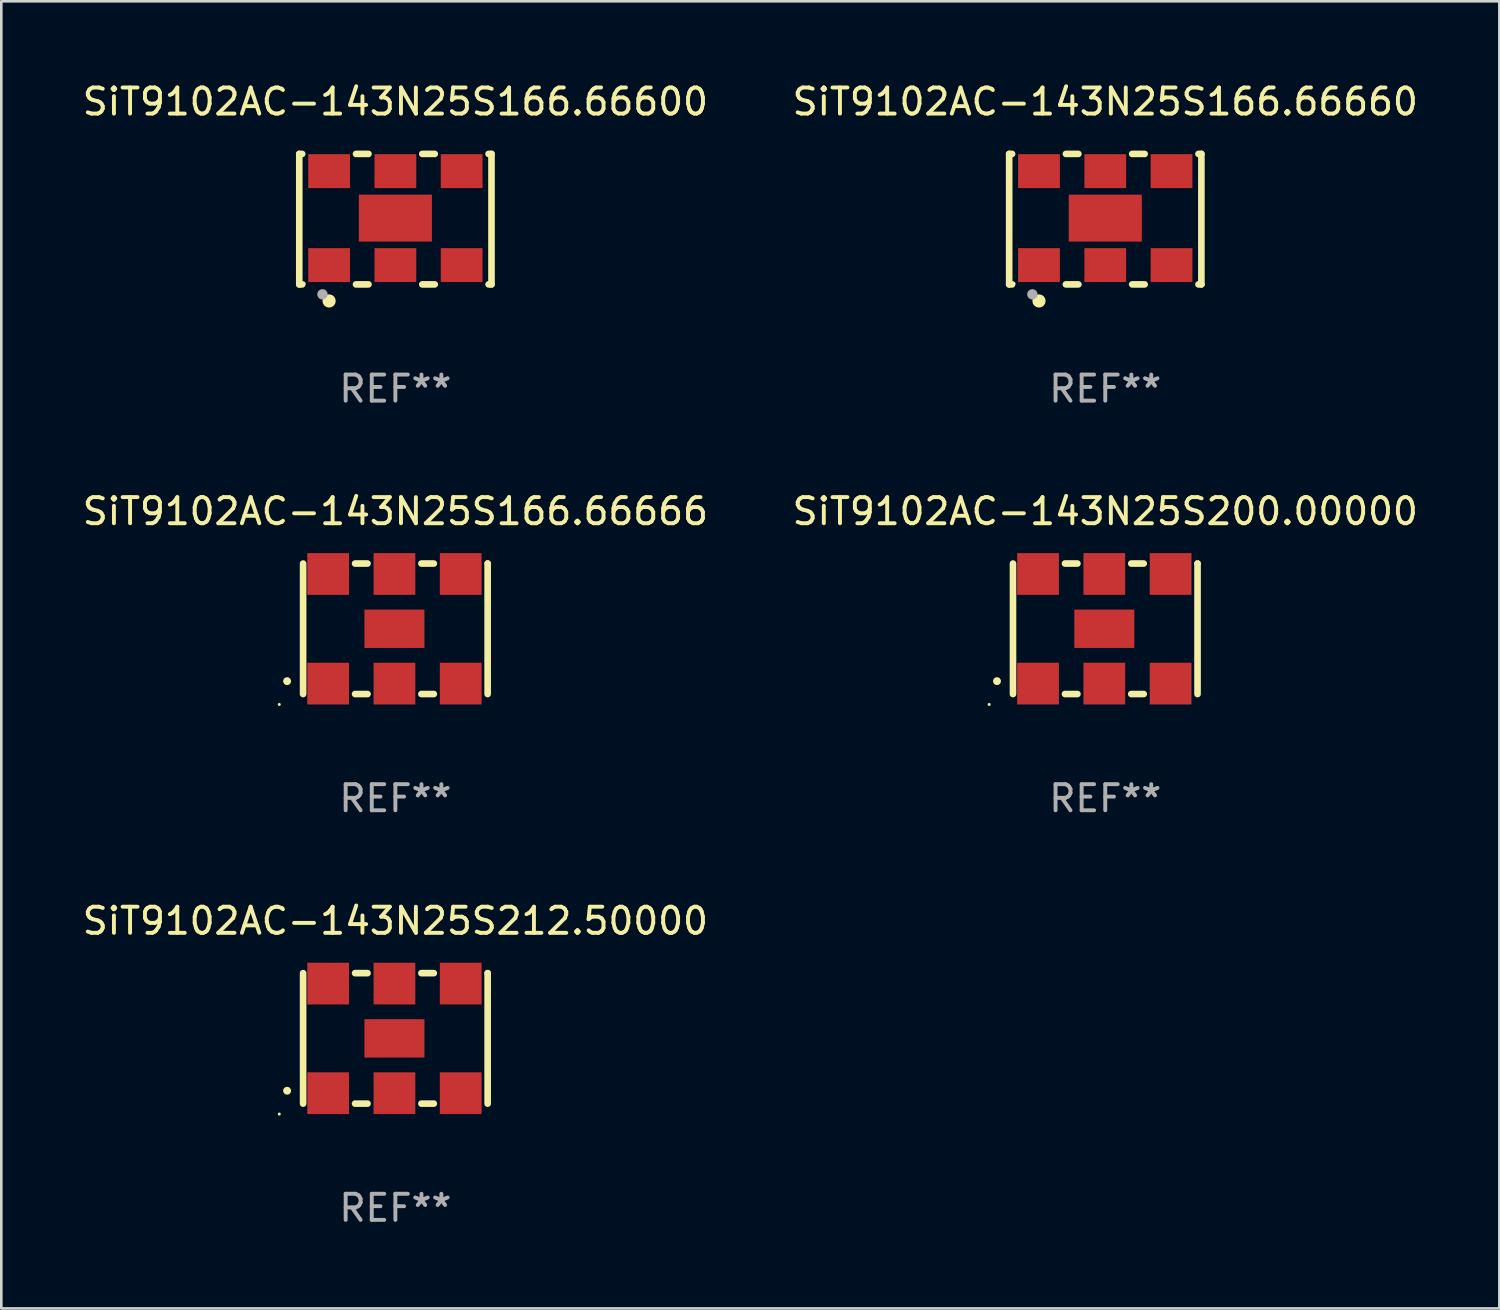
<source format=kicad_pcb>
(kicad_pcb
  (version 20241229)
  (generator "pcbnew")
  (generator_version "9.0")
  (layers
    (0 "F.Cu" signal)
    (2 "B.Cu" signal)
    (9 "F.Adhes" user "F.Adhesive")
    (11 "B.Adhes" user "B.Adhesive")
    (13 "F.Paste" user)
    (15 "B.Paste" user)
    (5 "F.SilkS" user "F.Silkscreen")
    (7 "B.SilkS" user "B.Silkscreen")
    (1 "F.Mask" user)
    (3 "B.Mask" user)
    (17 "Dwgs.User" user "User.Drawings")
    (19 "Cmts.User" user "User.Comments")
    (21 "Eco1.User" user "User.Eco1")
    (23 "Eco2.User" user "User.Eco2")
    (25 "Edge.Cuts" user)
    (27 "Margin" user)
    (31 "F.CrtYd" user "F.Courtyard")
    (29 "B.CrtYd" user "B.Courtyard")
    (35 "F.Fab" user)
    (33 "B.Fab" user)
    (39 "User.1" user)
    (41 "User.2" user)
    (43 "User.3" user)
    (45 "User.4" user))
  (footprint "SiT9102AC-143N25S166.66600"
    (layer "F.Cu")
    (at 12.101 5.348)
    (property "Reference" "SiT9102AC-143N25S166.66600" (at 0 -4.5 0) (layer "F.SilkS") (effects (font (size 1 1) (thickness 0.15))))
    (attr through_hole)
    (fp_line (start -3.683 -2.5) (end -3.571 -2.5) (stroke (width 0.254) (type solid)) (layer "F.SilkS"))
    (fp_line (start -3.683 2.5) (end -3.683 -2.5) (stroke (width 0.254) (type solid)) (layer "F.SilkS"))
    (fp_line (start -3.683 2.5) (end -3.571 2.5) (stroke (width 0.254) (type solid)) (layer "F.SilkS"))
    (fp_line (start -1.509 -2.5) (end -1.031 -2.5) (stroke (width 0.254) (type solid)) (layer "F.SilkS"))
    (fp_line (start -1.509 2.5) (end -1.031 2.5) (stroke (width 0.254) (type solid)) (layer "F.SilkS"))
    (fp_line (start 1.031 -2.5) (end 1.509 -2.5) (stroke (width 0.254) (type solid)) (layer "F.SilkS"))
    (fp_line (start 1.031 2.5) (end 1.509 2.5) (stroke (width 0.254) (type solid)) (layer "F.SilkS"))
    (fp_line (start 3.571 -2.5) (end 3.683 -2.5) (stroke (width 0.254) (type solid)) (layer "F.SilkS"))
    (fp_line (start 3.571 2.5) (end 3.683 2.5) (stroke (width 0.254) (type solid)) (layer "F.SilkS"))
    (fp_line (start 3.683 2.5) (end 3.683 -2.5) (stroke (width 0.254) (type solid)) (layer "F.SilkS"))
    (fp_circle (center -3.5 2.46) (end -3.47 2.46) (stroke (width 0.06) (type solid)) (fill no) (layer "F.SilkS"))
    (fp_circle (center -2.54 3.135) (end -2.413 3.135) (stroke (width 0.254) (type solid)) (fill no) (layer "F.SilkS"))
    (fp_circle (center -2.794 2.881) (end -2.694 2.881) (stroke (width 0.2) (type solid)) (fill no) (layer "F.Fab"))
    (fp_text user "REF**" (at 0 6.5 0) (layer "F.Fab") (effects (font (size 1 1) (thickness 0.15))))
    (pad "1" smd rect (at -2.54 1.76) (size 1.6 1.3) (layers "F.Cu" "F.Mask" "F.Paste"))
    (pad "2" smd rect (at 0 1.76) (size 1.6 1.3) (layers "F.Cu" "F.Mask" "F.Paste"))
    (pad "3" smd rect (at 2.54 1.76) (size 1.6 1.3) (layers "F.Cu" "F.Mask" "F.Paste"))
    (pad "4" smd rect (at 2.54 -1.84) (size 1.6 1.3) (layers "F.Cu" "F.Mask" "F.Paste"))
    (pad "5" smd rect (at 0 -1.84) (size 1.6 1.3) (layers "F.Cu" "F.Mask" "F.Paste"))
    (pad "6" smd rect (at -2.54 -1.84) (size 1.6 1.3) (layers "F.Cu" "F.Mask" "F.Paste"))
    (pad "7" smd rect (at 0 -0.04) (size 2.8 1.8) (layers "F.Cu" "F.Mask" "F.Paste")))
  (footprint "SiT9102AC-143N25S166.66660"
    (layer "F.Cu")
    (at 39.304 5.348)
    (property "Reference" "SiT9102AC-143N25S166.66660" (at 0 -4.5 0) (layer "F.SilkS") (effects (font (size 1 1) (thickness 0.15))))
    (attr through_hole)
    (fp_line (start -3.683 -2.5) (end -3.571 -2.5) (stroke (width 0.254) (type solid)) (layer "F.SilkS"))
    (fp_line (start -3.683 2.5) (end -3.683 -2.5) (stroke (width 0.254) (type solid)) (layer "F.SilkS"))
    (fp_line (start -3.683 2.5) (end -3.571 2.5) (stroke (width 0.254) (type solid)) (layer "F.SilkS"))
    (fp_line (start -1.509 -2.5) (end -1.031 -2.5) (stroke (width 0.254) (type solid)) (layer "F.SilkS"))
    (fp_line (start -1.509 2.5) (end -1.031 2.5) (stroke (width 0.254) (type solid)) (layer "F.SilkS"))
    (fp_line (start 1.031 -2.5) (end 1.509 -2.5) (stroke (width 0.254) (type solid)) (layer "F.SilkS"))
    (fp_line (start 1.031 2.5) (end 1.509 2.5) (stroke (width 0.254) (type solid)) (layer "F.SilkS"))
    (fp_line (start 3.571 -2.5) (end 3.683 -2.5) (stroke (width 0.254) (type solid)) (layer "F.SilkS"))
    (fp_line (start 3.571 2.5) (end 3.683 2.5) (stroke (width 0.254) (type solid)) (layer "F.SilkS"))
    (fp_line (start 3.683 2.5) (end 3.683 -2.5) (stroke (width 0.254) (type solid)) (layer "F.SilkS"))
    (fp_circle (center -3.5 2.46) (end -3.47 2.46) (stroke (width 0.06) (type solid)) (fill no) (layer "F.SilkS"))
    (fp_circle (center -2.54 3.135) (end -2.413 3.135) (stroke (width 0.254) (type solid)) (fill no) (layer "F.SilkS"))
    (fp_circle (center -2.794 2.881) (end -2.694 2.881) (stroke (width 0.2) (type solid)) (fill no) (layer "F.Fab"))
    (fp_text user "REF**" (at 0 6.5 0) (layer "F.Fab") (effects (font (size 1 1) (thickness 0.15))))
    (pad "1" smd rect (at -2.54 1.76) (size 1.6 1.3) (layers "F.Cu" "F.Mask" "F.Paste"))
    (pad "2" smd rect (at 0 1.76) (size 1.6 1.3) (layers "F.Cu" "F.Mask" "F.Paste"))
    (pad "3" smd rect (at 2.54 1.76) (size 1.6 1.3) (layers "F.Cu" "F.Mask" "F.Paste"))
    (pad "4" smd rect (at 2.54 -1.84) (size 1.6 1.3) (layers "F.Cu" "F.Mask" "F.Paste"))
    (pad "5" smd rect (at 0 -1.84) (size 1.6 1.3) (layers "F.Cu" "F.Mask" "F.Paste"))
    (pad "6" smd rect (at -2.54 -1.84) (size 1.6 1.3) (layers "F.Cu" "F.Mask" "F.Paste"))
    (pad "7" smd rect (at 0 -0.04) (size 2.8 1.8) (layers "F.Cu" "F.Mask" "F.Paste")))
  (footprint "SiT9102AC-143N25S166.66666"
    (layer "F.Cu")
    (at 12.101 21.045)
    (property "Reference" "SiT9102AC-143N25S166.66666" (at 0 -4.5 0) (layer "F.SilkS") (effects (font (size 1 1) (thickness 0.15))))
    (attr through_hole)
    (fp_line (start -3.536 -2.5) (end -3.536 2.5) (stroke (width 0.254) (type solid)) (layer "F.SilkS"))
    (fp_line (start -1.544 2.5) (end -1.067 2.5) (stroke (width 0.254) (type solid)) (layer "F.SilkS"))
    (fp_line (start -1.067 -2.5) (end -1.544 -2.5) (stroke (width 0.254) (type solid)) (layer "F.SilkS"))
    (fp_line (start 0.996 2.5) (end 1.473 2.5) (stroke (width 0.254) (type solid)) (layer "F.SilkS"))
    (fp_line (start 1.473 -2.5) (end 0.996 -2.5) (stroke (width 0.254) (type solid)) (layer "F.SilkS"))
    (fp_line (start 3.536 -2.5) (end 3.536 -2.5) (stroke (width 0.254) (type solid)) (layer "F.SilkS"))
    (fp_line (start 3.536 2.5) (end 3.536 -2.5) (stroke (width 0.254) (type solid)) (layer "F.SilkS"))
    (fp_arc (start -4.150432 2.006604) (mid -4.149162 2.006599) (end -4.147892 2.006604) (stroke (width 0.3) (type solid)) (layer "F.SilkS"))
    (fp_circle (center -4.449 2.9) (end -4.419 2.9) (stroke (width 0.06) (type solid)) (fill no) (layer "F.SilkS"))
    (fp_text user "REF**" (at 0 6.5 0) (layer "F.Fab") (effects (font (size 1 1) (thickness 0.15))))
    (pad "1" smd rect (at -2.576 2.1) (size 1.6 1.6) (layers "F.Cu" "F.Mask" "F.Paste"))
    (pad "2" smd rect (at -0.036 2.1) (size 1.6 1.6) (layers "F.Cu" "F.Mask" "F.Paste"))
    (pad "3" smd rect (at 2.504 2.1) (size 1.6 1.6) (layers "F.Cu" "F.Mask" "F.Paste"))
    (pad "4" smd rect (at 2.504 -2.1) (size 1.6 1.6) (layers "F.Cu" "F.Mask" "F.Paste"))
    (pad "5" smd rect (at -0.036 -2.1) (size 1.6 1.6) (layers "F.Cu" "F.Mask" "F.Paste"))
    (pad "6" smd rect (at -2.576 -2.1) (size 1.6 1.6) (layers "F.Cu" "F.Mask" "F.Paste"))
    (pad "7" smd rect (at -0.036 0) (size 2.3 1.47) (layers "F.Cu" "F.Mask" "F.Paste")))
  (footprint "SiT9102AC-143N25S200.00000"
    (layer "F.Cu")
    (at 39.304 21.045)
    (property "Reference" "SiT9102AC-143N25S200.00000" (at 0 -4.5 0) (layer "F.SilkS") (effects (font (size 1 1) (thickness 0.15))))
    (attr through_hole)
    (fp_line (start -3.536 -2.5) (end -3.536 2.5) (stroke (width 0.254) (type solid)) (layer "F.SilkS"))
    (fp_line (start -1.544 2.5) (end -1.067 2.5) (stroke (width 0.254) (type solid)) (layer "F.SilkS"))
    (fp_line (start -1.067 -2.5) (end -1.544 -2.5) (stroke (width 0.254) (type solid)) (layer "F.SilkS"))
    (fp_line (start 0.996 2.5) (end 1.473 2.5) (stroke (width 0.254) (type solid)) (layer "F.SilkS"))
    (fp_line (start 1.473 -2.5) (end 0.996 -2.5) (stroke (width 0.254) (type solid)) (layer "F.SilkS"))
    (fp_line (start 3.536 -2.5) (end 3.536 -2.5) (stroke (width 0.254) (type solid)) (layer "F.SilkS"))
    (fp_line (start 3.536 2.5) (end 3.536 -2.5) (stroke (width 0.254) (type solid)) (layer "F.SilkS"))
    (fp_arc (start -4.150432 2.006604) (mid -4.149162 2.006599) (end -4.147892 2.006604) (stroke (width 0.3) (type solid)) (layer "F.SilkS"))
    (fp_circle (center -4.449 2.9) (end -4.419 2.9) (stroke (width 0.06) (type solid)) (fill no) (layer "F.SilkS"))
    (fp_text user "REF**" (at 0 6.5 0) (layer "F.Fab") (effects (font (size 1 1) (thickness 0.15))))
    (pad "1" smd rect (at -2.576 2.1) (size 1.6 1.6) (layers "F.Cu" "F.Mask" "F.Paste"))
    (pad "2" smd rect (at -0.036 2.1) (size 1.6 1.6) (layers "F.Cu" "F.Mask" "F.Paste"))
    (pad "3" smd rect (at 2.504 2.1) (size 1.6 1.6) (layers "F.Cu" "F.Mask" "F.Paste"))
    (pad "4" smd rect (at 2.504 -2.1) (size 1.6 1.6) (layers "F.Cu" "F.Mask" "F.Paste"))
    (pad "5" smd rect (at -0.036 -2.1) (size 1.6 1.6) (layers "F.Cu" "F.Mask" "F.Paste"))
    (pad "6" smd rect (at -2.576 -2.1) (size 1.6 1.6) (layers "F.Cu" "F.Mask" "F.Paste"))
    (pad "7" smd rect (at -0.036 0) (size 2.3 1.47) (layers "F.Cu" "F.Mask" "F.Paste")))
  (footprint "SiT9102AC-143N25S212.50000"
    (layer "F.Cu")
    (at 12.101 36.741)
    (property "Reference" "SiT9102AC-143N25S212.50000" (at 0 -4.5 0) (layer "F.SilkS") (effects (font (size 1 1) (thickness 0.15))))
    (attr through_hole)
    (fp_line (start -3.536 -2.5) (end -3.536 2.5) (stroke (width 0.254) (type solid)) (layer "F.SilkS"))
    (fp_line (start -1.544 2.5) (end -1.067 2.5) (stroke (width 0.254) (type solid)) (layer "F.SilkS"))
    (fp_line (start -1.067 -2.5) (end -1.544 -2.5) (stroke (width 0.254) (type solid)) (layer "F.SilkS"))
    (fp_line (start 0.996 2.5) (end 1.473 2.5) (stroke (width 0.254) (type solid)) (layer "F.SilkS"))
    (fp_line (start 1.473 -2.5) (end 0.996 -2.5) (stroke (width 0.254) (type solid)) (layer "F.SilkS"))
    (fp_line (start 3.536 -2.5) (end 3.536 -2.5) (stroke (width 0.254) (type solid)) (layer "F.SilkS"))
    (fp_line (start 3.536 2.5) (end 3.536 -2.5) (stroke (width 0.254) (type solid)) (layer "F.SilkS"))
    (fp_arc (start -4.150432 2.006604) (mid -4.149162 2.006599) (end -4.147892 2.006604) (stroke (width 0.3) (type solid)) (layer "F.SilkS"))
    (fp_circle (center -4.449 2.9) (end -4.419 2.9) (stroke (width 0.06) (type solid)) (fill no) (layer "F.SilkS"))
    (fp_text user "REF**" (at 0 6.5 0) (layer "F.Fab") (effects (font (size 1 1) (thickness 0.15))))
    (pad "1" smd rect (at -2.576 2.1) (size 1.6 1.6) (layers "F.Cu" "F.Mask" "F.Paste"))
    (pad "2" smd rect (at -0.036 2.1) (size 1.6 1.6) (layers "F.Cu" "F.Mask" "F.Paste"))
    (pad "3" smd rect (at 2.504 2.1) (size 1.6 1.6) (layers "F.Cu" "F.Mask" "F.Paste"))
    (pad "4" smd rect (at 2.504 -2.1) (size 1.6 1.6) (layers "F.Cu" "F.Mask" "F.Paste"))
    (pad "5" smd rect (at -0.036 -2.1) (size 1.6 1.6) (layers "F.Cu" "F.Mask" "F.Paste"))
    (pad "6" smd rect (at -2.576 -2.1) (size 1.6 1.6) (layers "F.Cu" "F.Mask" "F.Paste"))
    (pad "7" smd rect (at -0.036 0) (size 2.3 1.47) (layers "F.Cu" "F.Mask" "F.Paste")))
  (gr_rect
    (start -3 -3)
    (end 54.405 47.09)
    (stroke (width 0.1) (type default))
    (fill no)
    (layer "Edge.Cuts")))
</source>
